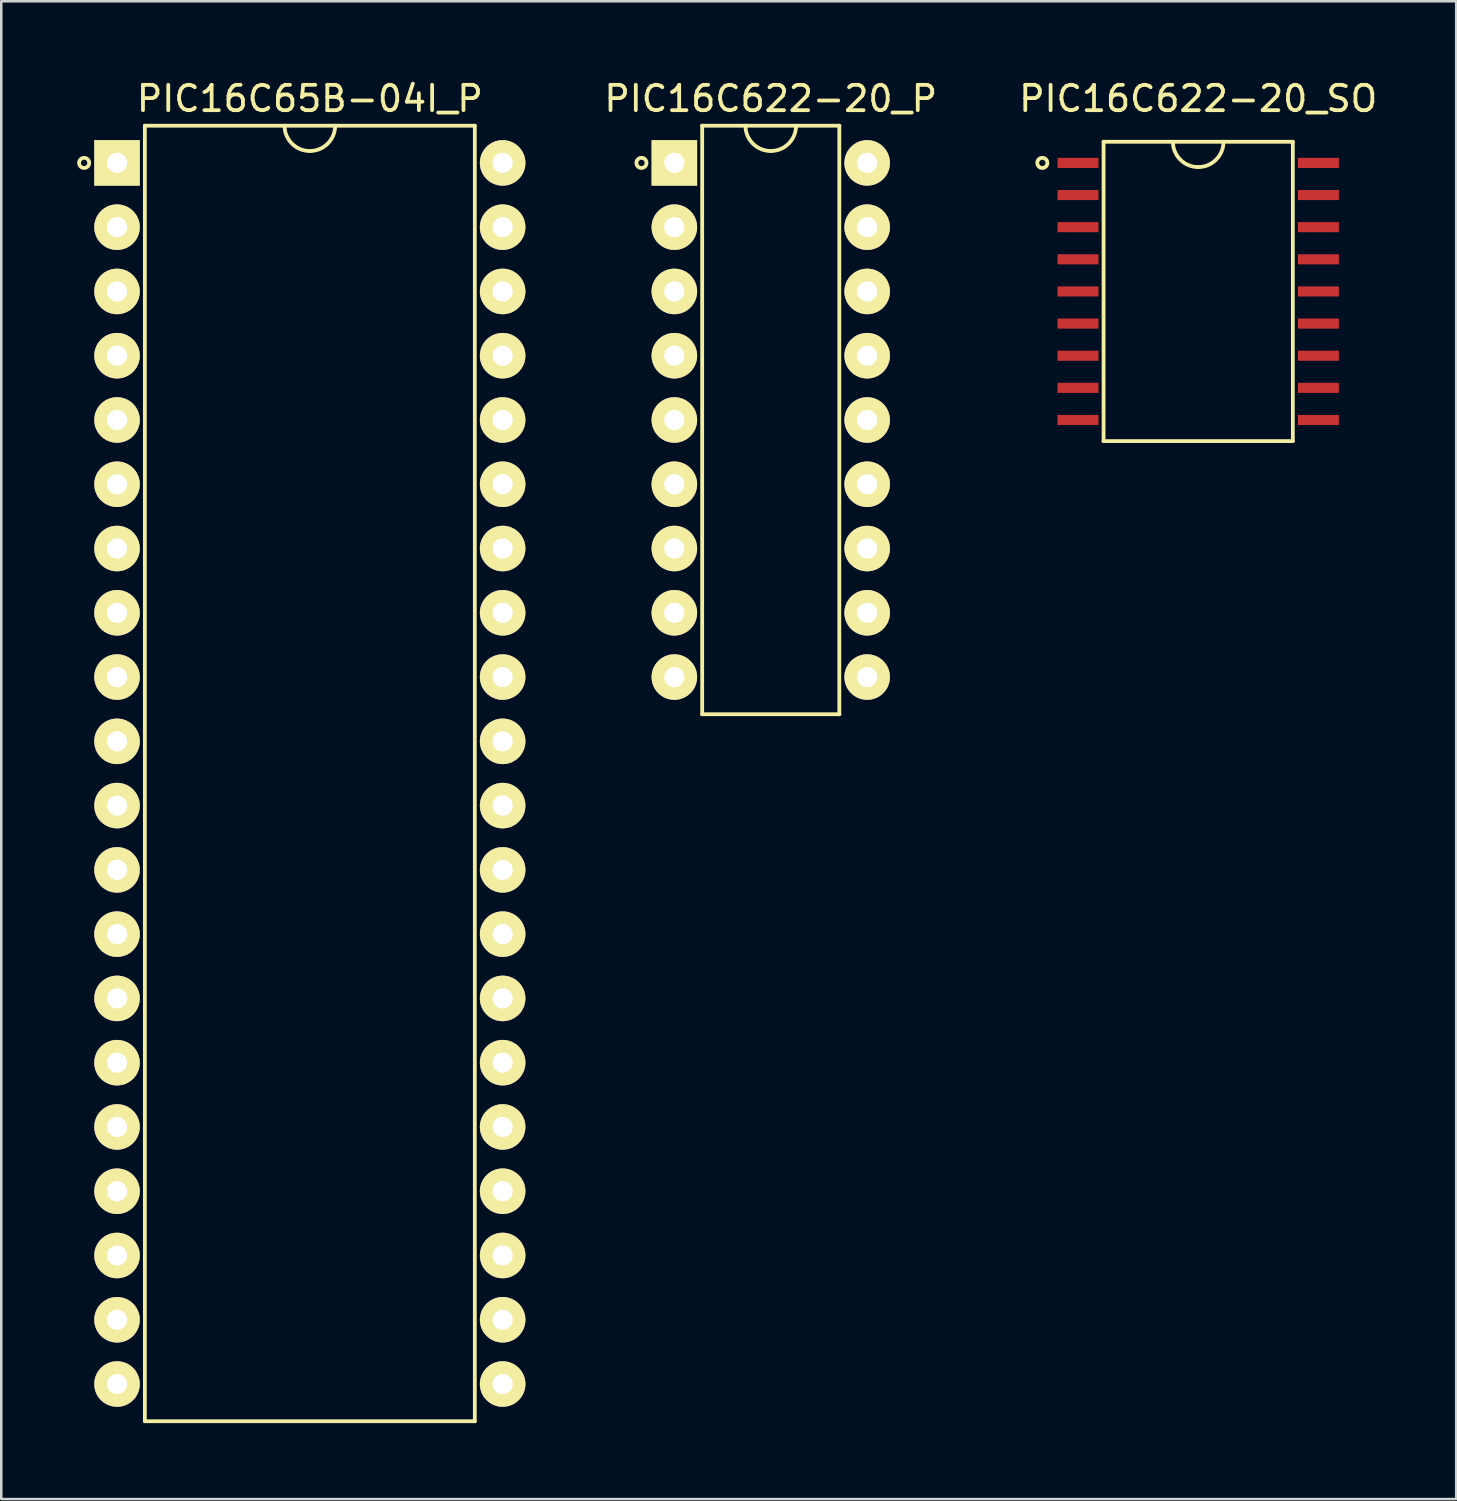
<source format=kicad_pcb>
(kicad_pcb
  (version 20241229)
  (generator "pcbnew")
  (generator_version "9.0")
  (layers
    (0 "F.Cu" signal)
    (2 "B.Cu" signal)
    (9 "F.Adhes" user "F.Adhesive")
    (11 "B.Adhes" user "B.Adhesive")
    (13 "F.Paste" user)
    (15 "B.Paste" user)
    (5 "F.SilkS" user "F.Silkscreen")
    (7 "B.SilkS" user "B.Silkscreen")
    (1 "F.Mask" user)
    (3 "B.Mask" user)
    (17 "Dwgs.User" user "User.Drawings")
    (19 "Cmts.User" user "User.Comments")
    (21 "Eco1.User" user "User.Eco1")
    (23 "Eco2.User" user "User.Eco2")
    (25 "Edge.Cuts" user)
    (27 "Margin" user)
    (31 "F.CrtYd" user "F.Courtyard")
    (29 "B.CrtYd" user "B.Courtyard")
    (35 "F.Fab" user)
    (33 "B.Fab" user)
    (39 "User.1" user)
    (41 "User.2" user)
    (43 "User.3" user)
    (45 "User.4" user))
  (footprint "PIC16C65B-04I_P"
    (layer "F.Cu")
    (at 1.575 3.388)
    (property "Reference" "PIC16C65B-04I_P" (at 7.62 -2.54 0) (layer "F.SilkS") (effects (font (size 1 1) (thickness 0.15))))
    (attr through_hole)
    (fp_line (start 1.1 -1.47) (end 14.14 -1.47) (stroke (width 0.15) (type solid)) (layer "F.SilkS"))
    (fp_line (start 1.1 49.73) (end 1.1 -1.47) (stroke (width 0.15) (type solid)) (layer "F.SilkS"))
    (fp_line (start 14.14 -1.47) (end 14.14 49.73) (stroke (width 0.15) (type solid)) (layer "F.SilkS"))
    (fp_line (start 14.14 49.73) (end 1.1 49.73) (stroke (width 0.15) (type solid)) (layer "F.SilkS"))
    (fp_arc (start 7.62 -0.47) (mid 6.912893 -0.762893) (end 6.62 -1.47) (stroke (width 0.15) (type solid)) (layer "F.SilkS"))
    (fp_arc (start 8.62 -1.47) (mid 8.327107 -0.762893) (end 7.62 -0.47) (stroke (width 0.15) (type solid)) (layer "F.SilkS"))
    (fp_circle (center -1.3 0) (end -1.3 0.2) (stroke (width 0.15) (type solid)) (fill no) (layer "F.SilkS"))
    (pad "1" thru_hole rect (at 0 0) (size 1.8 1.8) (drill 0.8) (layers "*.Cu" "*.Mask" "F.SilkS"))
    (pad "2" thru_hole circle (at 0 2.54) (size 1.8 1.8) (drill 0.8) (layers "*.Cu" "*.Mask" "F.SilkS"))
    (pad "3" thru_hole circle (at 0 5.08) (size 1.8 1.8) (drill 0.8) (layers "*.Cu" "*.Mask" "F.SilkS"))
    (pad "4" thru_hole circle (at 0 7.62) (size 1.8 1.8) (drill 0.8) (layers "*.Cu" "*.Mask" "F.SilkS"))
    (pad "5" thru_hole circle (at 0 10.16) (size 1.8 1.8) (drill 0.8) (layers "*.Cu" "*.Mask" "F.SilkS"))
    (pad "6" thru_hole circle (at 0 12.7) (size 1.8 1.8) (drill 0.8) (layers "*.Cu" "*.Mask" "F.SilkS"))
    (pad "7" thru_hole circle (at 0 15.24) (size 1.8 1.8) (drill 0.8) (layers "*.Cu" "*.Mask" "F.SilkS"))
    (pad "8" thru_hole circle (at 0 17.78) (size 1.8 1.8) (drill 0.8) (layers "*.Cu" "*.Mask" "F.SilkS"))
    (pad "9" thru_hole circle (at 0 20.32) (size 1.8 1.8) (drill 0.8) (layers "*.Cu" "*.Mask" "F.SilkS"))
    (pad "10" thru_hole circle (at 0 22.86) (size 1.8 1.8) (drill 0.8) (layers "*.Cu" "*.Mask" "F.SilkS"))
    (pad "11" thru_hole circle (at 0 25.4) (size 1.8 1.8) (drill 0.8) (layers "*.Cu" "*.Mask" "F.SilkS"))
    (pad "12" thru_hole circle (at 0 27.94) (size 1.8 1.8) (drill 0.8) (layers "*.Cu" "*.Mask" "F.SilkS"))
    (pad "13" thru_hole circle (at 0 30.48) (size 1.8 1.8) (drill 0.8) (layers "*.Cu" "*.Mask" "F.SilkS"))
    (pad "14" thru_hole circle (at 0 33.02) (size 1.8 1.8) (drill 0.8) (layers "*.Cu" "*.Mask" "F.SilkS"))
    (pad "15" thru_hole circle (at 0 35.56) (size 1.8 1.8) (drill 0.8) (layers "*.Cu" "*.Mask" "F.SilkS"))
    (pad "16" thru_hole circle (at 0 38.1) (size 1.8 1.8) (drill 0.8) (layers "*.Cu" "*.Mask" "F.SilkS"))
    (pad "17" thru_hole circle (at 0 40.64) (size 1.8 1.8) (drill 0.8) (layers "*.Cu" "*.Mask" "F.SilkS"))
    (pad "18" thru_hole circle (at 0 43.18) (size 1.8 1.8) (drill 0.8) (layers "*.Cu" "*.Mask" "F.SilkS"))
    (pad "19" thru_hole circle (at 0 45.72) (size 1.8 1.8) (drill 0.8) (layers "*.Cu" "*.Mask" "F.SilkS"))
    (pad "20" thru_hole circle (at 0 48.26) (size 1.8 1.8) (drill 0.8) (layers "*.Cu" "*.Mask" "F.SilkS"))
    (pad "21" thru_hole circle (at 15.24 48.26) (size 1.8 1.8) (drill 0.8) (layers "*.Cu" "*.Mask" "F.SilkS"))
    (pad "22" thru_hole circle (at 15.24 45.72) (size 1.8 1.8) (drill 0.8) (layers "*.Cu" "*.Mask" "F.SilkS"))
    (pad "23" thru_hole circle (at 15.24 43.18) (size 1.8 1.8) (drill 0.8) (layers "*.Cu" "*.Mask" "F.SilkS"))
    (pad "24" thru_hole circle (at 15.24 40.64) (size 1.8 1.8) (drill 0.8) (layers "*.Cu" "*.Mask" "F.SilkS"))
    (pad "25" thru_hole circle (at 15.24 38.1) (size 1.8 1.8) (drill 0.8) (layers "*.Cu" "*.Mask" "F.SilkS"))
    (pad "26" thru_hole circle (at 15.24 35.56) (size 1.8 1.8) (drill 0.8) (layers "*.Cu" "*.Mask" "F.SilkS"))
    (pad "27" thru_hole circle (at 15.24 33.02) (size 1.8 1.8) (drill 0.8) (layers "*.Cu" "*.Mask" "F.SilkS"))
    (pad "28" thru_hole circle (at 15.24 30.48) (size 1.8 1.8) (drill 0.8) (layers "*.Cu" "*.Mask" "F.SilkS"))
    (pad "29" thru_hole circle (at 15.24 27.94) (size 1.8 1.8) (drill 0.8) (layers "*.Cu" "*.Mask" "F.SilkS"))
    (pad "30" thru_hole circle (at 15.24 25.4) (size 1.8 1.8) (drill 0.8) (layers "*.Cu" "*.Mask" "F.SilkS"))
    (pad "31" thru_hole circle (at 15.24 22.86) (size 1.8 1.8) (drill 0.8) (layers "*.Cu" "*.Mask" "F.SilkS"))
    (pad "32" thru_hole circle (at 15.24 20.32) (size 1.8 1.8) (drill 0.8) (layers "*.Cu" "*.Mask" "F.SilkS"))
    (pad "33" thru_hole circle (at 15.24 17.78) (size 1.8 1.8) (drill 0.8) (layers "*.Cu" "*.Mask" "F.SilkS"))
    (pad "34" thru_hole circle (at 15.24 15.24) (size 1.8 1.8) (drill 0.8) (layers "*.Cu" "*.Mask" "F.SilkS"))
    (pad "35" thru_hole circle (at 15.24 12.7) (size 1.8 1.8) (drill 0.8) (layers "*.Cu" "*.Mask" "F.SilkS"))
    (pad "36" thru_hole circle (at 15.24 10.16) (size 1.8 1.8) (drill 0.8) (layers "*.Cu" "*.Mask" "F.SilkS"))
    (pad "37" thru_hole circle (at 15.24 7.62) (size 1.8 1.8) (drill 0.8) (layers "*.Cu" "*.Mask" "F.SilkS"))
    (pad "38" thru_hole circle (at 15.24 5.08) (size 1.8 1.8) (drill 0.8) (layers "*.Cu" "*.Mask" "F.SilkS"))
    (pad "39" thru_hole circle (at 15.24 2.54) (size 1.8 1.8) (drill 0.8) (layers "*.Cu" "*.Mask" "F.SilkS"))
    (pad "40" thru_hole circle (at 15.24 0) (size 1.8 1.8) (drill 0.8) (layers "*.Cu" "*.Mask" "F.SilkS")))
  (footprint "PIC16C622-20_SO"
    (layer "F.Cu")
    (at 39.554 3.388)
    (property "Reference" "PIC16C622-20_SO" (at 4.75 -2.54 0) (layer "F.SilkS") (effects (font (size 1 1) (thickness 0.15))))
    (attr through_hole)
    (fp_line (start 1.01 -0.835) (end 8.49 -0.835) (stroke (width 0.15) (type solid)) (layer "F.SilkS"))
    (fp_line (start 1.01 10.995) (end 1.01 -0.835) (stroke (width 0.15) (type solid)) (layer "F.SilkS"))
    (fp_line (start 8.49 -0.835) (end 8.49 10.995) (stroke (width 0.15) (type solid)) (layer "F.SilkS"))
    (fp_line (start 8.49 10.995) (end 1.01 10.995) (stroke (width 0.15) (type solid)) (layer "F.SilkS"))
    (fp_arc (start 4.75 0.165) (mid 4.042893 -0.127893) (end 3.75 -0.835) (stroke (width 0.15) (type solid)) (layer "F.SilkS"))
    (fp_arc (start 5.75 -0.835) (mid 5.457107 -0.127893) (end 4.75 0.165) (stroke (width 0.15) (type solid)) (layer "F.SilkS"))
    (fp_circle (center -1.41 0) (end -1.41 0.2) (stroke (width 0.15) (type solid)) (fill no) (layer "F.SilkS"))
    (pad "1" smd rect (at 0 0) (size 1.62 0.4) (layers "F.Cu" "F.Mask" "F.Paste"))
    (pad "2" smd rect (at 0 1.27) (size 1.62 0.4) (layers "F.Cu" "F.Mask" "F.Paste"))
    (pad "3" smd rect (at 0 2.54) (size 1.62 0.4) (layers "F.Cu" "F.Mask" "F.Paste"))
    (pad "4" smd rect (at 0 3.81) (size 1.62 0.4) (layers "F.Cu" "F.Mask" "F.Paste"))
    (pad "5" smd rect (at 0 5.08) (size 1.62 0.4) (layers "F.Cu" "F.Mask" "F.Paste"))
    (pad "6" smd rect (at 0 6.35) (size 1.62 0.4) (layers "F.Cu" "F.Mask" "F.Paste"))
    (pad "7" smd rect (at 0 7.62) (size 1.62 0.4) (layers "F.Cu" "F.Mask" "F.Paste"))
    (pad "8" smd rect (at 0 8.89) (size 1.62 0.4) (layers "F.Cu" "F.Mask" "F.Paste"))
    (pad "9" smd rect (at 0 10.16) (size 1.62 0.4) (layers "F.Cu" "F.Mask" "F.Paste"))
    (pad "10" smd rect (at 9.5 10.16) (size 1.62 0.4) (layers "F.Cu" "F.Mask" "F.Paste"))
    (pad "11" smd rect (at 9.5 8.89) (size 1.62 0.4) (layers "F.Cu" "F.Mask" "F.Paste"))
    (pad "12" smd rect (at 9.5 7.62) (size 1.62 0.4) (layers "F.Cu" "F.Mask" "F.Paste"))
    (pad "13" smd rect (at 9.5 6.35) (size 1.62 0.4) (layers "F.Cu" "F.Mask" "F.Paste"))
    (pad "14" smd rect (at 9.5 5.08) (size 1.62 0.4) (layers "F.Cu" "F.Mask" "F.Paste"))
    (pad "15" smd rect (at 9.5 3.81) (size 1.62 0.4) (layers "F.Cu" "F.Mask" "F.Paste"))
    (pad "16" smd rect (at 9.5 2.54) (size 1.62 0.4) (layers "F.Cu" "F.Mask" "F.Paste"))
    (pad "17" smd rect (at 9.5 1.27) (size 1.62 0.4) (layers "F.Cu" "F.Mask" "F.Paste"))
    (pad "18" smd rect (at 9.5 0) (size 1.62 0.4) (layers "F.Cu" "F.Mask" "F.Paste")))
  (footprint "PIC16C622-20_P"
    (layer "F.Cu")
    (at 23.601 3.388)
    (property "Reference" "PIC16C622-20_P" (at 3.81 -2.54 0) (layer "F.SilkS") (effects (font (size 1 1) (thickness 0.15))))
    (attr through_hole)
    (fp_line (start 1.1 -1.47) (end 6.52 -1.47) (stroke (width 0.15) (type solid)) (layer "F.SilkS"))
    (fp_line (start 1.1 21.79) (end 1.1 -1.47) (stroke (width 0.15) (type solid)) (layer "F.SilkS"))
    (fp_line (start 6.52 -1.47) (end 6.52 21.79) (stroke (width 0.15) (type solid)) (layer "F.SilkS"))
    (fp_line (start 6.52 21.79) (end 1.1 21.79) (stroke (width 0.15) (type solid)) (layer "F.SilkS"))
    (fp_arc (start 3.81 -0.47) (mid 3.102893 -0.762893) (end 2.81 -1.47) (stroke (width 0.15) (type solid)) (layer "F.SilkS"))
    (fp_arc (start 4.81 -1.47) (mid 4.517107 -0.762893) (end 3.81 -0.47) (stroke (width 0.15) (type solid)) (layer "F.SilkS"))
    (fp_circle (center -1.3 0) (end -1.3 0.2) (stroke (width 0.15) (type solid)) (fill no) (layer "F.SilkS"))
    (pad "1" thru_hole rect (at 0 0) (size 1.8 1.8) (drill 0.8) (layers "*.Cu" "*.Mask" "F.SilkS"))
    (pad "2" thru_hole circle (at 0 2.54) (size 1.8 1.8) (drill 0.8) (layers "*.Cu" "*.Mask" "F.SilkS"))
    (pad "3" thru_hole circle (at 0 5.08) (size 1.8 1.8) (drill 0.8) (layers "*.Cu" "*.Mask" "F.SilkS"))
    (pad "4" thru_hole circle (at 0 7.62) (size 1.8 1.8) (drill 0.8) (layers "*.Cu" "*.Mask" "F.SilkS"))
    (pad "5" thru_hole circle (at 0 10.16) (size 1.8 1.8) (drill 0.8) (layers "*.Cu" "*.Mask" "F.SilkS"))
    (pad "6" thru_hole circle (at 0 12.7) (size 1.8 1.8) (drill 0.8) (layers "*.Cu" "*.Mask" "F.SilkS"))
    (pad "7" thru_hole circle (at 0 15.24) (size 1.8 1.8) (drill 0.8) (layers "*.Cu" "*.Mask" "F.SilkS"))
    (pad "8" thru_hole circle (at 0 17.78) (size 1.8 1.8) (drill 0.8) (layers "*.Cu" "*.Mask" "F.SilkS"))
    (pad "9" thru_hole circle (at 0 20.32) (size 1.8 1.8) (drill 0.8) (layers "*.Cu" "*.Mask" "F.SilkS"))
    (pad "10" thru_hole circle (at 7.62 20.32) (size 1.8 1.8) (drill 0.8) (layers "*.Cu" "*.Mask" "F.SilkS"))
    (pad "11" thru_hole circle (at 7.62 17.78) (size 1.8 1.8) (drill 0.8) (layers "*.Cu" "*.Mask" "F.SilkS"))
    (pad "12" thru_hole circle (at 7.62 15.24) (size 1.8 1.8) (drill 0.8) (layers "*.Cu" "*.Mask" "F.SilkS"))
    (pad "13" thru_hole circle (at 7.62 12.7) (size 1.8 1.8) (drill 0.8) (layers "*.Cu" "*.Mask" "F.SilkS"))
    (pad "14" thru_hole circle (at 7.62 10.16) (size 1.8 1.8) (drill 0.8) (layers "*.Cu" "*.Mask" "F.SilkS"))
    (pad "15" thru_hole circle (at 7.62 7.62) (size 1.8 1.8) (drill 0.8) (layers "*.Cu" "*.Mask" "F.SilkS"))
    (pad "16" thru_hole circle (at 7.62 5.08) (size 1.8 1.8) (drill 0.8) (layers "*.Cu" "*.Mask" "F.SilkS"))
    (pad "17" thru_hole circle (at 7.62 2.54) (size 1.8 1.8) (drill 0.8) (layers "*.Cu" "*.Mask" "F.SilkS"))
    (pad "18" thru_hole circle (at 7.62 0) (size 1.8 1.8) (drill 0.8) (layers "*.Cu" "*.Mask" "F.SilkS")))
  (gr_rect
    (start -3 -3)
    (end 54.501 56.193)
    (stroke (width 0.1) (type default))
    (fill no)
    (layer "Edge.Cuts")))
</source>
